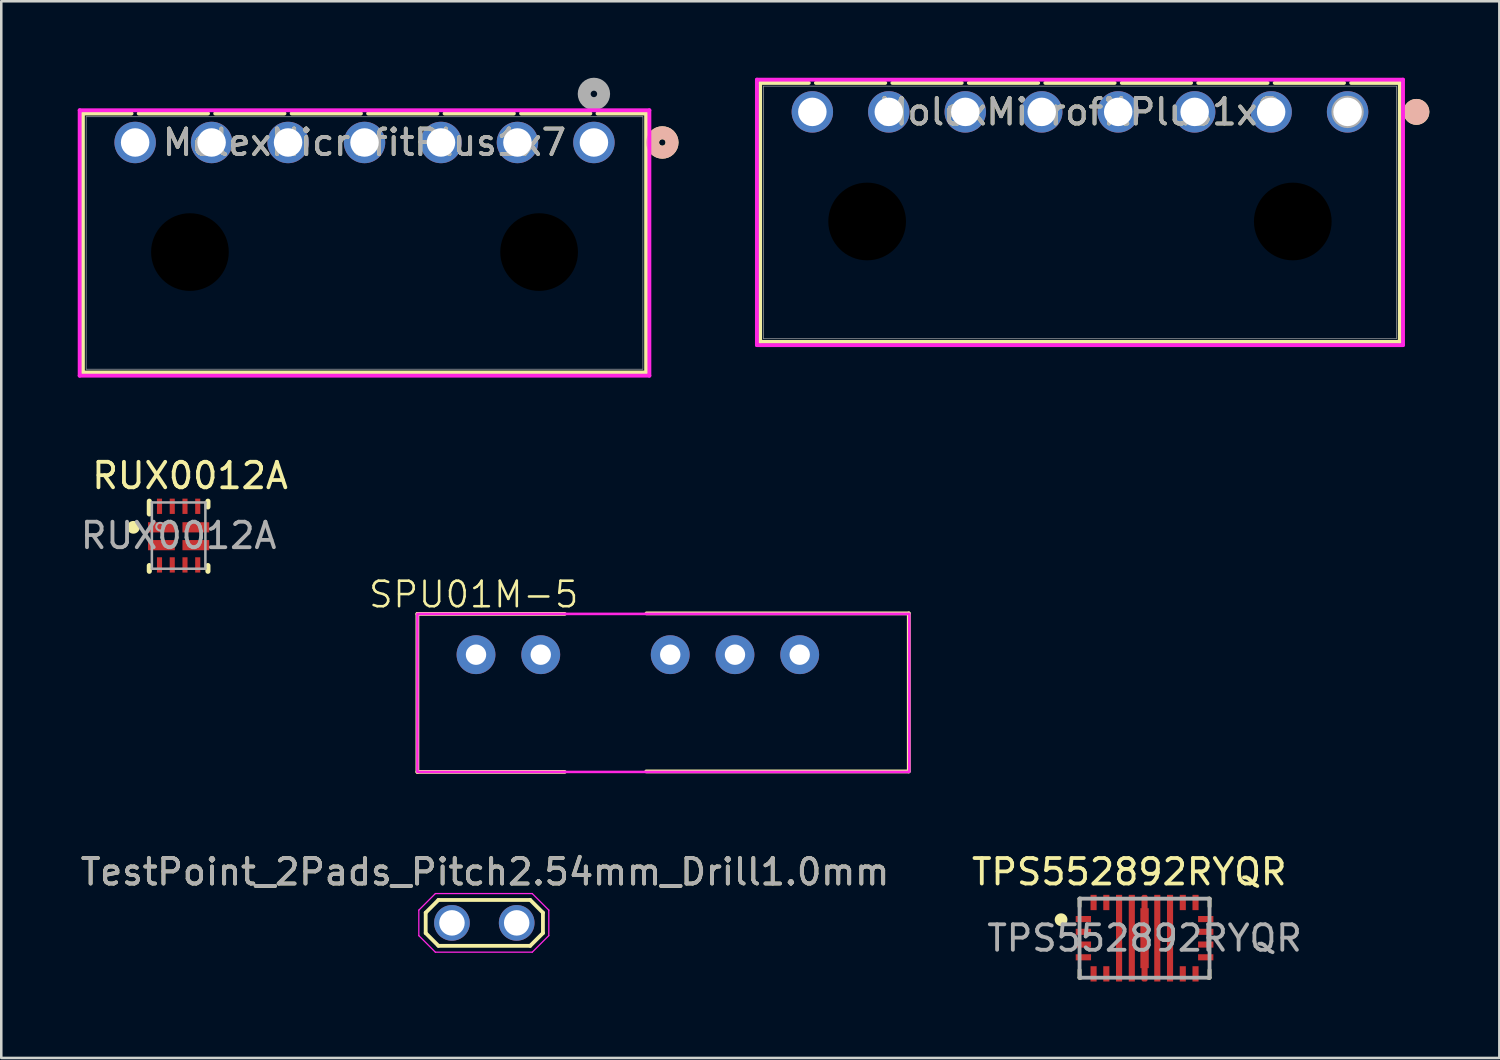
<source format=kicad_pcb>
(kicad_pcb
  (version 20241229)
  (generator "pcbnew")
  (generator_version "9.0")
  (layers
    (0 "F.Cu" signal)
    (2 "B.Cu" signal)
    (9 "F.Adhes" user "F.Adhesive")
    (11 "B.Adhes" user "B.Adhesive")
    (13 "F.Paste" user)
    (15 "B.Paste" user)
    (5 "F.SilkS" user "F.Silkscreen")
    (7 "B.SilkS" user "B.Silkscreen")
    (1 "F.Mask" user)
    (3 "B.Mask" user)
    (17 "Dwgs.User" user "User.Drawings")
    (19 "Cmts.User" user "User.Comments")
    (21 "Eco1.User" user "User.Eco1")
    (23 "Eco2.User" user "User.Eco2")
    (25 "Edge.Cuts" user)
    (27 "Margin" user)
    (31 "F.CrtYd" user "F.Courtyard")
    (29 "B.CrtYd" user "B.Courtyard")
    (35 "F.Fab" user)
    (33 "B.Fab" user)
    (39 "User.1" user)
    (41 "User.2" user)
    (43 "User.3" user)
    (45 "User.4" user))
  (footprint "TestPoint_2Pads_Pitch2.54mm_Drill1.0mm"
    (layer "F.Cu")
    (at 14.682 33.159)
    (property "Reference" "TestPoint_2Pads_Pitch2.54mm_Drill1.0mm" (at 1.3 -2 0) (layer "F.SilkS") (effects (font (size 1 1) (thickness 0.15))))
    (attr exclude_from_pos_files exclude_from_bom)
    (fp_line (start -1.03 -0.4) (end -0.53 -0.9) (stroke (width 0.15) (type solid)) (layer "F.SilkS"))
    (fp_line (start -1.03 0.4) (end -1.03 -0.4) (stroke (width 0.15) (type solid)) (layer "F.SilkS"))
    (fp_line (start -0.53 -0.9) (end 3.07 -0.9) (stroke (width 0.15) (type solid)) (layer "F.SilkS"))
    (fp_line (start -0.53 0.9) (end -1.03 0.4) (stroke (width 0.15) (type solid)) (layer "F.SilkS"))
    (fp_line (start 3.07 -0.9) (end 3.57 -0.4) (stroke (width 0.15) (type solid)) (layer "F.SilkS"))
    (fp_line (start 3.07 0.9) (end -0.53 0.9) (stroke (width 0.15) (type solid)) (layer "F.SilkS"))
    (fp_line (start 3.57 -0.4) (end 3.57 0.4) (stroke (width 0.15) (type solid)) (layer "F.SilkS"))
    (fp_line (start 3.57 0.4) (end 3.07 0.9) (stroke (width 0.15) (type solid)) (layer "F.SilkS"))
    (fp_line (start -1.3 -0.5) (end -1.3 0.5) (stroke (width 0.05) (type solid)) (layer "F.CrtYd"))
    (fp_line (start -1.3 0.5) (end -0.65 1.15) (stroke (width 0.05) (type solid)) (layer "F.CrtYd"))
    (fp_line (start -0.65 -1.15) (end -1.3 -0.5) (stroke (width 0.05) (type solid)) (layer "F.CrtYd"))
    (fp_line (start -0.65 1.15) (end 3.15 1.15) (stroke (width 0.05) (type solid)) (layer "F.CrtYd"))
    (fp_line (start 3.15 -1.15) (end -0.65 -1.15) (stroke (width 0.05) (type solid)) (layer "F.CrtYd"))
    (fp_line (start 3.15 1.15) (end 3.8 0.5) (stroke (width 0.05) (type solid)) (layer "F.CrtYd"))
    (fp_line (start 3.8 -0.5) (end 3.15 -1.15) (stroke (width 0.05) (type solid)) (layer "F.CrtYd"))
    (fp_line (start 3.8 0.5) (end 3.8 -0.5) (stroke (width 0.05) (type solid)) (layer "F.CrtYd"))
    (fp_text user "${REFERENCE}" (at 1.3 -2 0) (layer "F.Fab") (effects (font (size 1 1) (thickness 0.15))))
    (pad "1" thru_hole circle (at 0 0) (size 1.4 1.4) (drill 1) (layers "*.Cu" "*.Mask"))
    (pad "2" thru_hole circle (at 2.54 0) (size 1.4 1.4) (drill 1) (layers "*.Cu" "*.Mask")))
  (footprint "RUX0012A"
    (layer "F.Cu")
    (at 3.958 17.964)
    (property "Reference" "RUX0012A" (at 0.45 -2.35 0) (unlocked yes) (layer "F.SilkS") (effects (font (size 1 1) (thickness 0.15))))
    (attr smd)
    (fp_line (start -1.15 -0.85) (end -1.15 -1.35) (stroke (width 0.2) (type solid)) (layer "F.SilkS"))
    (fp_line (start -1.15 1.4) (end -1.15 1.175) (stroke (width 0.2) (type solid)) (layer "F.SilkS"))
    (fp_line (start 1.15 -1.125) (end 1.15 -1.35) (stroke (width 0.2) (type solid)) (layer "F.SilkS"))
    (fp_line (start 1.15 1.4) (end 1.15 1.175) (stroke (width 0.2) (type solid)) (layer "F.SilkS"))
    (fp_circle (center -1.775 -0.325) (end -1.525 -0.325) (stroke (width 0) (type solid)) (fill yes) (layer "F.SilkS"))
    (fp_line (start -1.05 -1.3) (end 1.05 -1.3) (stroke (width 0.1) (type solid)) (layer "F.Fab"))
    (fp_line (start -1.05 1.3) (end -1.05 -1.3) (stroke (width 0.1) (type solid)) (layer "F.Fab"))
    (fp_line (start -1.05 1.3) (end 1.05 1.3) (stroke (width 0.1) (type solid)) (layer "F.Fab"))
    (fp_line (start 1.05 1.3) (end 1.05 -1.3) (stroke (width 0.1) (type solid)) (layer "F.Fab"))
    (fp_circle (center -0.725 -0.35) (end -0.573 -0.35) (stroke (width 0.08) (type solid)) (fill no) (layer "F.Fab"))
    (fp_text user "${REFERENCE}" (at 0 0 0) (unlocked yes) (layer "F.Fab") (effects (font (size 1 1) (thickness 0.15))))
    (pad "1" smd rect (at -0.675 -0.325) (size 1.05 0.4) (layers "F.Cu" "F.Mask" "F.Paste"))
    (pad "2" smd rect (at -0.675 0.375) (size 1.05 0.4) (layers "F.Cu" "F.Mask" "F.Paste"))
    (pad "3" smd rect (at -0.75 1.15 90) (size 0.6 0.2) (layers "F.Cu" "F.Mask" "F.Paste"))
    (pad "4" smd rect (at -0.25 1.15 90) (size 0.6 0.2) (layers "F.Cu" "F.Mask" "F.Paste"))
    (pad "5" smd rect (at 0.25 1.15 90) (size 0.6 0.2) (layers "F.Cu" "F.Mask" "F.Paste"))
    (pad "6" smd rect (at 0.75 1.15 90) (size 0.6 0.2) (layers "F.Cu" "F.Mask" "F.Paste"))
    (pad "7" smd rect (at 0.675 0.375) (size 1.05 0.4) (layers "F.Cu" "F.Mask" "F.Paste"))
    (pad "8" smd rect (at 0.675 -0.325) (size 1.05 0.4) (layers "F.Cu" "F.Mask" "F.Paste"))
    (pad "9" smd rect (at 0.75 -1.15 90) (size 0.6 0.2) (layers "F.Cu" "F.Mask" "F.Paste"))
    (pad "10" smd rect (at 0.25 -1.15 90) (size 0.6 0.2) (layers "F.Cu" "F.Mask" "F.Paste"))
    (pad "11" smd rect (at -0.25 -1.15 90) (size 0.6 0.2) (layers "F.Cu" "F.Mask" "F.Paste"))
    (pad "12" smd rect (at -0.75 -1.15 90) (size 0.6 0.2) (layers "F.Cu" "F.Mask" "F.Paste")))
  (footprint "TPS552892RYQR"
    (layer "F.Cu")
    (at 41.856 33.759)
    (property "Reference" "TPS552892RYQR" (at -0.6 -2.6 0) (unlocked yes) (layer "F.SilkS") (effects (font (size 1 1) (thickness 0.15))))
    (attr smd)
    (fp_poly (pts (xy -0.165 1.175) (xy -0.165 -1.175) (xy -0.12 -1.175) (xy -0.12 -1.65) (xy -0.07 -1.7) (xy 0.07 -1.7) (xy 0.12 -1.65) (xy 0.12 -1.175) (xy 0.165 -1.175) (xy 0.165 1.175) (xy 0.12 1.175) (xy 0.12 1.65) (xy 0.07 1.7) (xy -0.07 1.7) (xy -0.12 1.65) (xy -0.12 1.175)) (stroke (width 0) (type solid)) (fill yes) (layer "F.Cu"))
    (fp_poly (pts (xy -0.165 1.175) (xy -0.165 -1.175) (xy -0.12 -1.175) (xy -0.12 -1.65) (xy -0.07 -1.7) (xy 0.07 -1.7) (xy 0.12 -1.65) (xy 0.12 -1.175) (xy 0.165 -1.175) (xy 0.165 1.175) (xy 0.12 1.175) (xy 0.12 1.65) (xy 0.07 1.7) (xy -0.07 1.7) (xy -0.12 1.65) (xy -0.12 1.175)) (stroke (width 0) (type solid)) (fill yes) (layer "F.Mask"))
    (fp_line (start -2.55 -1.55) (end -2.495 -1.55) (stroke (width 0.15) (type solid)) (layer "F.SilkS"))
    (fp_line (start -2.55 -1.245) (end -2.55 -1.55) (stroke (width 0.15) (type solid)) (layer "F.SilkS"))
    (fp_line (start -2.55 1.55) (end -2.55 1.245) (stroke (width 0.15) (type solid)) (layer "F.SilkS"))
    (fp_line (start -2.55 1.55) (end -2.495 1.55) (stroke (width 0.15) (type solid)) (layer "F.SilkS"))
    (fp_line (start 2.495 -1.55) (end 2.55 -1.55) (stroke (width 0.15) (type solid)) (layer "F.SilkS"))
    (fp_line (start 2.495 1.55) (end 2.55 1.55) (stroke (width 0.15) (type solid)) (layer "F.SilkS"))
    (fp_line (start 2.55 -1.245) (end 2.55 -1.55) (stroke (width 0.15) (type solid)) (layer "F.SilkS"))
    (fp_line (start 2.55 1.55) (end 2.55 1.245) (stroke (width 0.15) (type solid)) (layer "F.SilkS"))
    (fp_circle (center -3.275 -0.725) (end -3.025 -0.725) (stroke (width 0) (type solid)) (fill yes) (layer "F.SilkS"))
    (fp_poly (pts (xy -1.07 -0.5) (xy -0.93 -0.5) (xy -0.88 -0.45) (xy -0.88 0.45) (xy -0.93 0.5) (xy -1.07 0.5) (xy -1.12 0.45) (xy -1.12 -0.45)) (stroke (width 0) (type solid)) (fill yes) (layer "F.Paste"))
    (fp_poly (pts (xy -0.88 -0.75) (xy -0.93 -0.7) (xy -1.07 -0.7) (xy -1.12 -0.75) (xy -1.12 -1.65) (xy -1.07 -1.7) (xy -0.93 -1.7) (xy -0.88 -1.65)) (stroke (width 0) (type solid)) (fill yes) (layer "F.Paste"))
    (fp_poly (pts (xy -0.88 0.75) (xy -0.88 1.65) (xy -0.93 1.7) (xy -1.07 1.7) (xy -1.12 1.65) (xy -1.12 0.75) (xy -1.07 0.7) (xy -0.93 0.7)) (stroke (width 0) (type solid)) (fill yes) (layer "F.Paste"))
    (fp_poly (pts (xy -0.62 -0.75) (xy -0.62 -1.65) (xy -0.57 -1.7) (xy -0.43 -1.7) (xy -0.38 -1.65) (xy -0.38 -0.75) (xy -0.43 -0.7) (xy -0.57 -0.7)) (stroke (width 0) (type solid)) (fill yes) (layer "F.Paste"))
    (fp_poly (pts (xy -0.62 0.75) (xy -0.57 0.7) (xy -0.43 0.7) (xy -0.38 0.75) (xy -0.38 1.65) (xy -0.43 1.7) (xy -0.57 1.7) (xy -0.62 1.65)) (stroke (width 0) (type solid)) (fill yes) (layer "F.Paste"))
    (fp_poly (pts (xy -0.43 -0.5) (xy -0.38 -0.45) (xy -0.38 0.45) (xy -0.43 0.5) (xy -0.57 0.5) (xy -0.62 0.45) (xy -0.62 -0.45) (xy -0.57 -0.5)) (stroke (width 0) (type solid)) (fill yes) (layer "F.Paste"))
    (fp_poly (pts (xy -0.07 -1.7) (xy 0.07 -1.7) (xy 0.12 -1.65) (xy 0.12 -0.75) (xy 0.07 -0.7) (xy -0.07 -0.7) (xy -0.12 -0.75) (xy -0.12 -1.65)) (stroke (width 0) (type solid)) (fill yes) (layer "F.Paste"))
    (fp_poly (pts (xy 0.07 0.7) (xy 0.12 0.75) (xy 0.12 1.65) (xy 0.07 1.7) (xy -0.07 1.7) (xy -0.12 1.65) (xy -0.12 0.75) (xy -0.07 0.7)) (stroke (width 0) (type solid)) (fill yes) (layer "F.Paste"))
    (fp_poly (pts (xy 0.165 -0.45) (xy 0.165 0.45) (xy 0.115 0.5) (xy -0.115 0.5) (xy -0.165 0.45) (xy -0.165 -0.45) (xy -0.115 -0.5) (xy 0.115 -0.5)) (stroke (width 0) (type solid)) (fill yes) (layer "F.Paste"))
    (fp_poly (pts (xy 0.43 1.7) (xy 0.38 1.65) (xy 0.38 0.75) (xy 0.43 0.7) (xy 0.57 0.7) (xy 0.62 0.75) (xy 0.62 1.65) (xy 0.57 1.7)) (stroke (width 0) (type solid)) (fill yes) (layer "F.Paste"))
    (fp_poly (pts (xy 0.57 -1.7) (xy 0.62 -1.65) (xy 0.62 -0.75) (xy 0.57 -0.7) (xy 0.43 -0.7) (xy 0.38 -0.75) (xy 0.38 -1.65) (xy 0.43 -1.7)) (stroke (width 0) (type solid)) (fill yes) (layer "F.Paste"))
    (fp_poly (pts (xy 0.57 -0.5) (xy 0.62 -0.45) (xy 0.62 0.45) (xy 0.57 0.5) (xy 0.43 0.5) (xy 0.38 0.45) (xy 0.38 -0.45) (xy 0.43 -0.5)) (stroke (width 0) (type solid)) (fill yes) (layer "F.Paste"))
    (fp_poly (pts (xy 0.88 -0.45) (xy 0.93 -0.5) (xy 1.07 -0.5) (xy 1.12 -0.45) (xy 1.12 0.45) (xy 1.07 0.5) (xy 0.93 0.5) (xy 0.88 0.45)) (stroke (width 0) (type solid)) (fill yes) (layer "F.Paste"))
    (fp_poly (pts (xy 0.93 -1.7) (xy 1.07 -1.7) (xy 1.12 -1.65) (xy 1.12 -0.75) (xy 1.07 -0.7) (xy 0.93 -0.7) (xy 0.88 -0.75) (xy 0.88 -1.65)) (stroke (width 0) (type solid)) (fill yes) (layer "F.Paste"))
    (fp_poly (pts (xy 1.07 1.7) (xy 0.93 1.7) (xy 0.88 1.65) (xy 0.88 0.75) (xy 0.93 0.7) (xy 1.07 0.7) (xy 1.12 0.75) (xy 1.12 1.65)) (stroke (width 0) (type solid)) (fill yes) (layer "F.Paste"))
    (fp_line (start -2.55 -1.55) (end 2.55 -1.55) (stroke (width 0.15) (type solid)) (layer "F.Fab"))
    (fp_line (start -2.55 1.55) (end -2.55 -1.55) (stroke (width 0.15) (type solid)) (layer "F.Fab"))
    (fp_line (start -2.55 1.55) (end 2.55 1.55) (stroke (width 0.15) (type solid)) (layer "F.Fab"))
    (fp_line (start 2.55 1.55) (end 2.55 -1.55) (stroke (width 0.15) (type solid)) (layer "F.Fab"))
    (fp_text user "${REFERENCE}" (at 0 0 0) (unlocked yes) (layer "F.Fab") (effects (font (size 1 1) (thickness 0.15))))
    (pad "1" smd rect (at -2.4 -0.75) (size 0.6 0.24) (layers "F.Cu" "F.Mask" "F.Paste"))
    (pad "2" smd rect (at -2.4 -0.25) (size 0.6 0.24) (layers "F.Cu" "F.Mask" "F.Paste"))
    (pad "3" smd rect (at -2.4 0.25) (size 0.6 0.24) (layers "F.Cu" "F.Mask" "F.Paste"))
    (pad "4" smd rect (at -2.4 0.75) (size 0.6 0.24) (layers "F.Cu" "F.Mask" "F.Paste"))
    (pad "5" smd rect (at -2 1.4 90) (size 0.6 0.24) (layers "F.Cu" "F.Mask" "F.Paste"))
    (pad "6" smd rect (at -1.5 1.4 90) (size 0.6 0.24) (layers "F.Cu" "F.Mask" "F.Paste"))
    (pad "7" smd rect (at -1 0) (size 0.24 3.4) (layers "F.Cu" "F.Mask"))
    (pad "8" smd rect (at -0.5 0) (size 0.24 3.4) (layers "F.Cu" "F.Mask"))
    (pad "9" smd circle (at 0 0) (size 0.297 0.297) (layers "F.Cu" "F.Mask"))
    (pad "10" smd rect (at 0.5 0) (size 0.24 3.4) (layers "F.Cu" "F.Mask"))
    (pad "11" smd rect (at 1 0) (size 0.24 3.4) (layers "F.Cu" "F.Mask"))
    (pad "12" smd rect (at 1.5 1.4 90) (size 0.6 0.24) (layers "F.Cu" "F.Mask" "F.Paste"))
    (pad "13" smd rect (at 2 1.4 90) (size 0.6 0.24) (layers "F.Cu" "F.Mask" "F.Paste"))
    (pad "14" smd rect (at 2.4 0.75) (size 0.6 0.24) (layers "F.Cu" "F.Mask" "F.Paste"))
    (pad "15" smd rect (at 2.4 0.25) (size 0.6 0.24) (layers "F.Cu" "F.Mask" "F.Paste"))
    (pad "16" smd rect (at 2.4 -0.25) (size 0.6 0.24) (layers "F.Cu" "F.Mask" "F.Paste"))
    (pad "17" smd rect (at 2.4 -0.75) (size 0.6 0.24) (layers "F.Cu" "F.Mask" "F.Paste"))
    (pad "18" smd rect (at 2 -1.4 90) (size 0.6 0.24) (layers "F.Cu" "F.Mask" "F.Paste"))
    (pad "19" smd rect (at 1.5 -1.4 90) (size 0.6 0.24) (layers "F.Cu" "F.Mask" "F.Paste"))
    (pad "20" smd rect (at -1.5 -1.4 90) (size 0.6 0.24) (layers "F.Cu" "F.Mask" "F.Paste"))
    (pad "21" smd rect (at -2 -1.4 90) (size 0.6 0.24) (layers "F.Cu" "F.Mask" "F.Paste")))
  (footprint "SPU01M-5"
    (layer "F.Cu")
    (at 20.706 15.016)
    (property "Reference" "SPU01M-5" (at -5.17 5.26 0) (unlocked yes) (layer "F.SilkS") (effects (font (size 1 1) (thickness 0.1))))
    (attr through_hole)
    (fp_line (start -7.38 6.02) (end -7.38 12.22) (stroke (width 0.15) (type solid)) (layer "F.SilkS"))
    (fp_line (start -7.38 6.02) (end -1.6 6.02) (stroke (width 0.15) (type solid)) (layer "F.SilkS"))
    (fp_line (start -7.38 12.22) (end -1.6 12.22) (stroke (width 0.15) (type solid)) (layer "F.SilkS"))
    (fp_line (start 1.6 12.2) (end 11.89 12.2) (stroke (width 0.15) (type solid)) (layer "F.SilkS"))
    (fp_line (start 1.61 6) (end 11.9 6) (stroke (width 0.15) (type solid)) (layer "F.SilkS"))
    (fp_line (start 11.9 6) (end 11.9 12.2) (stroke (width 0.15) (type solid)) (layer "F.SilkS"))
    (fp_rect (start -7.38 6.02) (end 11.92 12.22) (stroke (width 0.1) (type default)) (fill no) (layer "F.CrtYd"))
    (pad "1" thru_hole circle (at -5.08 7.62) (size 1.524 1.524) (drill 0.8) (layers "*.Cu" "*.Mask"))
    (pad "2" thru_hole circle (at -2.54 7.62) (size 1.524 1.524) (drill 0.8) (layers "*.Cu" "*.Mask"))
    (pad "4" thru_hole circle (at 2.54 7.62) (size 1.524 1.524) (drill 0.8) (layers "*.Cu" "*.Mask"))
    (pad "5" thru_hole circle (at 5.08 7.62) (size 1.524 1.524) (drill 0.8) (layers "*.Cu" "*.Mask"))
    (pad "6" thru_hole circle (at 7.62 7.62) (size 1.524 1.524) (drill 0.8) (layers "*.Cu" "*.Mask")))
  (footprint "MolexMicrofitPlus1x7"
    (layer "F.Cu")
    (at 20.252 2.54)
    (property "Reference" "MolexMicrofitPlus1x7" (at -9 0 0) (unlocked yes) (layer "F.SilkS") (effects (font (size 1 1) (thickness 0.15))))
    (attr through_hole)
    (fp_line (start -20.049 -1.137) (end -20.049 9.023) (stroke (width 0.152) (type solid)) (layer "F.SilkS"))
    (fp_line (start -20.049 9.023) (end 2.049 9.023) (stroke (width 0.152) (type solid)) (layer "F.SilkS"))
    (fp_line (start -18.14 -1.137) (end -20.049 -1.137) (stroke (width 0.152) (type solid)) (layer "F.SilkS"))
    (fp_line (start -15.14 -1.137) (end -17.86 -1.137) (stroke (width 0.152) (type solid)) (layer "F.SilkS"))
    (fp_line (start -12.14 -1.137) (end -14.86 -1.137) (stroke (width 0.152) (type solid)) (layer "F.SilkS"))
    (fp_line (start -9.14 -1.137) (end -11.86 -1.137) (stroke (width 0.152) (type solid)) (layer "F.SilkS"))
    (fp_line (start -6.14 -1.137) (end -8.86 -1.137) (stroke (width 0.152) (type solid)) (layer "F.SilkS"))
    (fp_line (start -3.14 -1.137) (end -5.86 -1.137) (stroke (width 0.152) (type solid)) (layer "F.SilkS"))
    (fp_line (start -0.14 -1.137) (end -2.86 -1.137) (stroke (width 0.152) (type solid)) (layer "F.SilkS"))
    (fp_line (start 2.049 -1.137) (end 0.14 -1.137) (stroke (width 0.152) (type solid)) (layer "F.SilkS"))
    (fp_line (start 2.049 9.023) (end 2.049 -1.137) (stroke (width 0.152) (type solid)) (layer "F.SilkS"))
    (fp_circle (center 2.684 0) (end 3.065 0) (stroke (width 0.508) (type solid)) (fill no) (layer "F.SilkS"))
    (fp_circle (center 2.684 0) (end 3.065 0) (stroke (width 0.508) (type solid)) (fill no) (layer "B.SilkS"))
    (fp_line (start -20.176 -1.264) (end -20.176 9.15) (stroke (width 0.152) (type solid)) (layer "F.CrtYd"))
    (fp_line (start -20.176 9.15) (end 2.176 9.15) (stroke (width 0.152) (type solid)) (layer "F.CrtYd"))
    (fp_line (start 2.176 -1.264) (end -20.176 -1.264) (stroke (width 0.152) (type solid)) (layer "F.CrtYd"))
    (fp_line (start 2.176 9.15) (end 2.176 -1.264) (stroke (width 0.152) (type solid)) (layer "F.CrtYd"))
    (fp_line (start -19.922 -1.01) (end -19.922 8.896) (stroke (width 0.025) (type solid)) (layer "F.Fab"))
    (fp_line (start -19.922 8.896) (end 1.922 8.896) (stroke (width 0.025) (type solid)) (layer "F.Fab"))
    (fp_line (start 1.922 -1.01) (end -19.922 -1.01) (stroke (width 0.025) (type solid)) (layer "F.Fab"))
    (fp_line (start 1.922 8.896) (end 1.922 -1.01) (stroke (width 0.025) (type solid)) (layer "F.Fab"))
    (fp_circle (center 0 -1.905) (end 0.381 -1.905) (stroke (width 0.508) (type solid)) (fill no) (layer "F.Fab"))
    (fp_text user "${REFERENCE}" (at -9 0 0) (unlocked yes) (layer "F.Fab") (effects (font (size 1 1) (thickness 0.15))))
    (pad "" np_thru_hole circle (at -15.85 4.3) (size 3.048 3.048) (drill 3.048) (layers))
    (pad "" np_thru_hole circle (at -2.15 4.3) (size 3.048 3.048) (drill 3.048) (layers))
    (pad "1" thru_hole circle (at 0 0) (size 1.626 1.626) (drill 1.118) (layers "*.Cu" "*.Mask"))
    (pad "2" thru_hole circle (at -3 0) (size 1.626 1.626) (drill 1.118) (layers "*.Cu" "*.Mask"))
    (pad "3" thru_hole circle (at -6 0) (size 1.626 1.626) (drill 1.118) (layers "*.Cu" "*.Mask"))
    (pad "4" thru_hole circle (at -9 0) (size 1.626 1.626) (drill 1.118) (layers "*.Cu" "*.Mask"))
    (pad "5" thru_hole circle (at -12 0) (size 1.626 1.626) (drill 1.118) (layers "*.Cu" "*.Mask"))
    (pad "6" thru_hole circle (at -15 0) (size 1.626 1.626) (drill 1.118) (layers "*.Cu" "*.Mask"))
    (pad "7" thru_hole circle (at -18 0) (size 1.626 1.626) (drill 1.118) (layers "*.Cu" "*.Mask")))
  (footprint "MolexMicrofitPlus1x8"
    (layer "F.Cu")
    (at 49.822 1.34)
    (property "Reference" "MolexMicrofitPlus1x8" (at -10.5 0 0) (unlocked yes) (layer "F.SilkS") (effects (font (size 1 1) (thickness 0.15))))
    (attr through_hole)
    (fp_line (start -23.048 -1.137) (end -23.048 9.023) (stroke (width 0.152) (type solid)) (layer "F.SilkS"))
    (fp_line (start -23.048 9.023) (end 2.048 9.023) (stroke (width 0.152) (type solid)) (layer "F.SilkS"))
    (fp_line (start -21.14 -1.137) (end -23.048 -1.137) (stroke (width 0.152) (type solid)) (layer "F.SilkS"))
    (fp_line (start -18.14 -1.137) (end -20.86 -1.137) (stroke (width 0.152) (type solid)) (layer "F.SilkS"))
    (fp_line (start -15.14 -1.137) (end -17.86 -1.137) (stroke (width 0.152) (type solid)) (layer "F.SilkS"))
    (fp_line (start -12.14 -1.137) (end -14.86 -1.137) (stroke (width 0.152) (type solid)) (layer "F.SilkS"))
    (fp_line (start -9.14 -1.137) (end -11.86 -1.137) (stroke (width 0.152) (type solid)) (layer "F.SilkS"))
    (fp_line (start -6.14 -1.137) (end -8.86 -1.137) (stroke (width 0.152) (type solid)) (layer "F.SilkS"))
    (fp_line (start -3.14 -1.137) (end -5.86 -1.137) (stroke (width 0.152) (type solid)) (layer "F.SilkS"))
    (fp_line (start -0.14 -1.137) (end -2.86 -1.137) (stroke (width 0.152) (type solid)) (layer "F.SilkS"))
    (fp_line (start 2.048 -1.137) (end 0.14 -1.137) (stroke (width 0.152) (type solid)) (layer "F.SilkS"))
    (fp_line (start 2.048 9.023) (end 2.048 -1.137) (stroke (width 0.152) (type solid)) (layer "F.SilkS"))
    (fp_circle (center 2.7 0) (end 2.7 0) (stroke (width 0.508) (type solid)) (fill no) (layer "F.SilkS"))
    (fp_circle (center 2.7 0) (end 2.7 0) (stroke (width 0.508) (type solid)) (fill no) (layer "B.SilkS"))
    (fp_line (start -23.175 -1.264) (end -23.175 9.15) (stroke (width 0.152) (type solid)) (layer "F.CrtYd"))
    (fp_line (start -23.175 9.15) (end 2.175 9.15) (stroke (width 0.152) (type solid)) (layer "F.CrtYd"))
    (fp_line (start 2.175 -1.264) (end -23.175 -1.264) (stroke (width 0.152) (type solid)) (layer "F.CrtYd"))
    (fp_line (start 2.175 9.15) (end 2.175 -1.264) (stroke (width 0.152) (type solid)) (layer "F.CrtYd"))
    (fp_line (start -22.921 -1.01) (end -22.921 8.896) (stroke (width 0.025) (type solid)) (layer "F.Fab"))
    (fp_line (start -22.921 8.896) (end 1.921 8.896) (stroke (width 0.025) (type solid)) (layer "F.Fab"))
    (fp_line (start 1.921 -1.01) (end -22.921 -1.01) (stroke (width 0.025) (type solid)) (layer "F.Fab"))
    (fp_line (start 1.921 8.896) (end 1.921 -1.01) (stroke (width 0.025) (type solid)) (layer "F.Fab"))
    (fp_circle (center 0 0) (end 0.381 0) (stroke (width 0.508) (type solid)) (fill no) (layer "F.Fab"))
    (fp_text user "${REFERENCE}" (at -10.5 0 0) (unlocked yes) (layer "F.Fab") (effects (font (size 1 1) (thickness 0.15))))
    (pad "" np_thru_hole circle (at -18.85 4.3) (size 3.048 3.048) (drill 3.048) (layers))
    (pad "" np_thru_hole circle (at -2.15 4.3) (size 3.048 3.048) (drill 3.048) (layers))
    (pad "1" thru_hole circle (at 0 0) (size 1.626 1.626) (drill 1.118) (layers "*.Cu" "*.Mask"))
    (pad "2" thru_hole circle (at -3 0) (size 1.626 1.626) (drill 1.118) (layers "*.Cu" "*.Mask"))
    (pad "3" thru_hole circle (at -6 0) (size 1.626 1.626) (drill 1.118) (layers "*.Cu" "*.Mask"))
    (pad "4" thru_hole circle (at -9 0) (size 1.626 1.626) (drill 1.118) (layers "*.Cu" "*.Mask"))
    (pad "5" thru_hole circle (at -12 0) (size 1.626 1.626) (drill 1.118) (layers "*.Cu" "*.Mask"))
    (pad "6" thru_hole circle (at -15 0) (size 1.626 1.626) (drill 1.118) (layers "*.Cu" "*.Mask"))
    (pad "7" thru_hole circle (at -18 0) (size 1.626 1.626) (drill 1.118) (layers "*.Cu" "*.Mask"))
    (pad "8" thru_hole circle (at -21 0) (size 1.626 1.626) (drill 1.118) (layers "*.Cu" "*.Mask")))
  (gr_rect
    (start -3 -3)
    (end 55.776 38.459)
    (stroke (width 0.1) (type default))
    (fill no)
    (layer "Edge.Cuts")))
</source>
